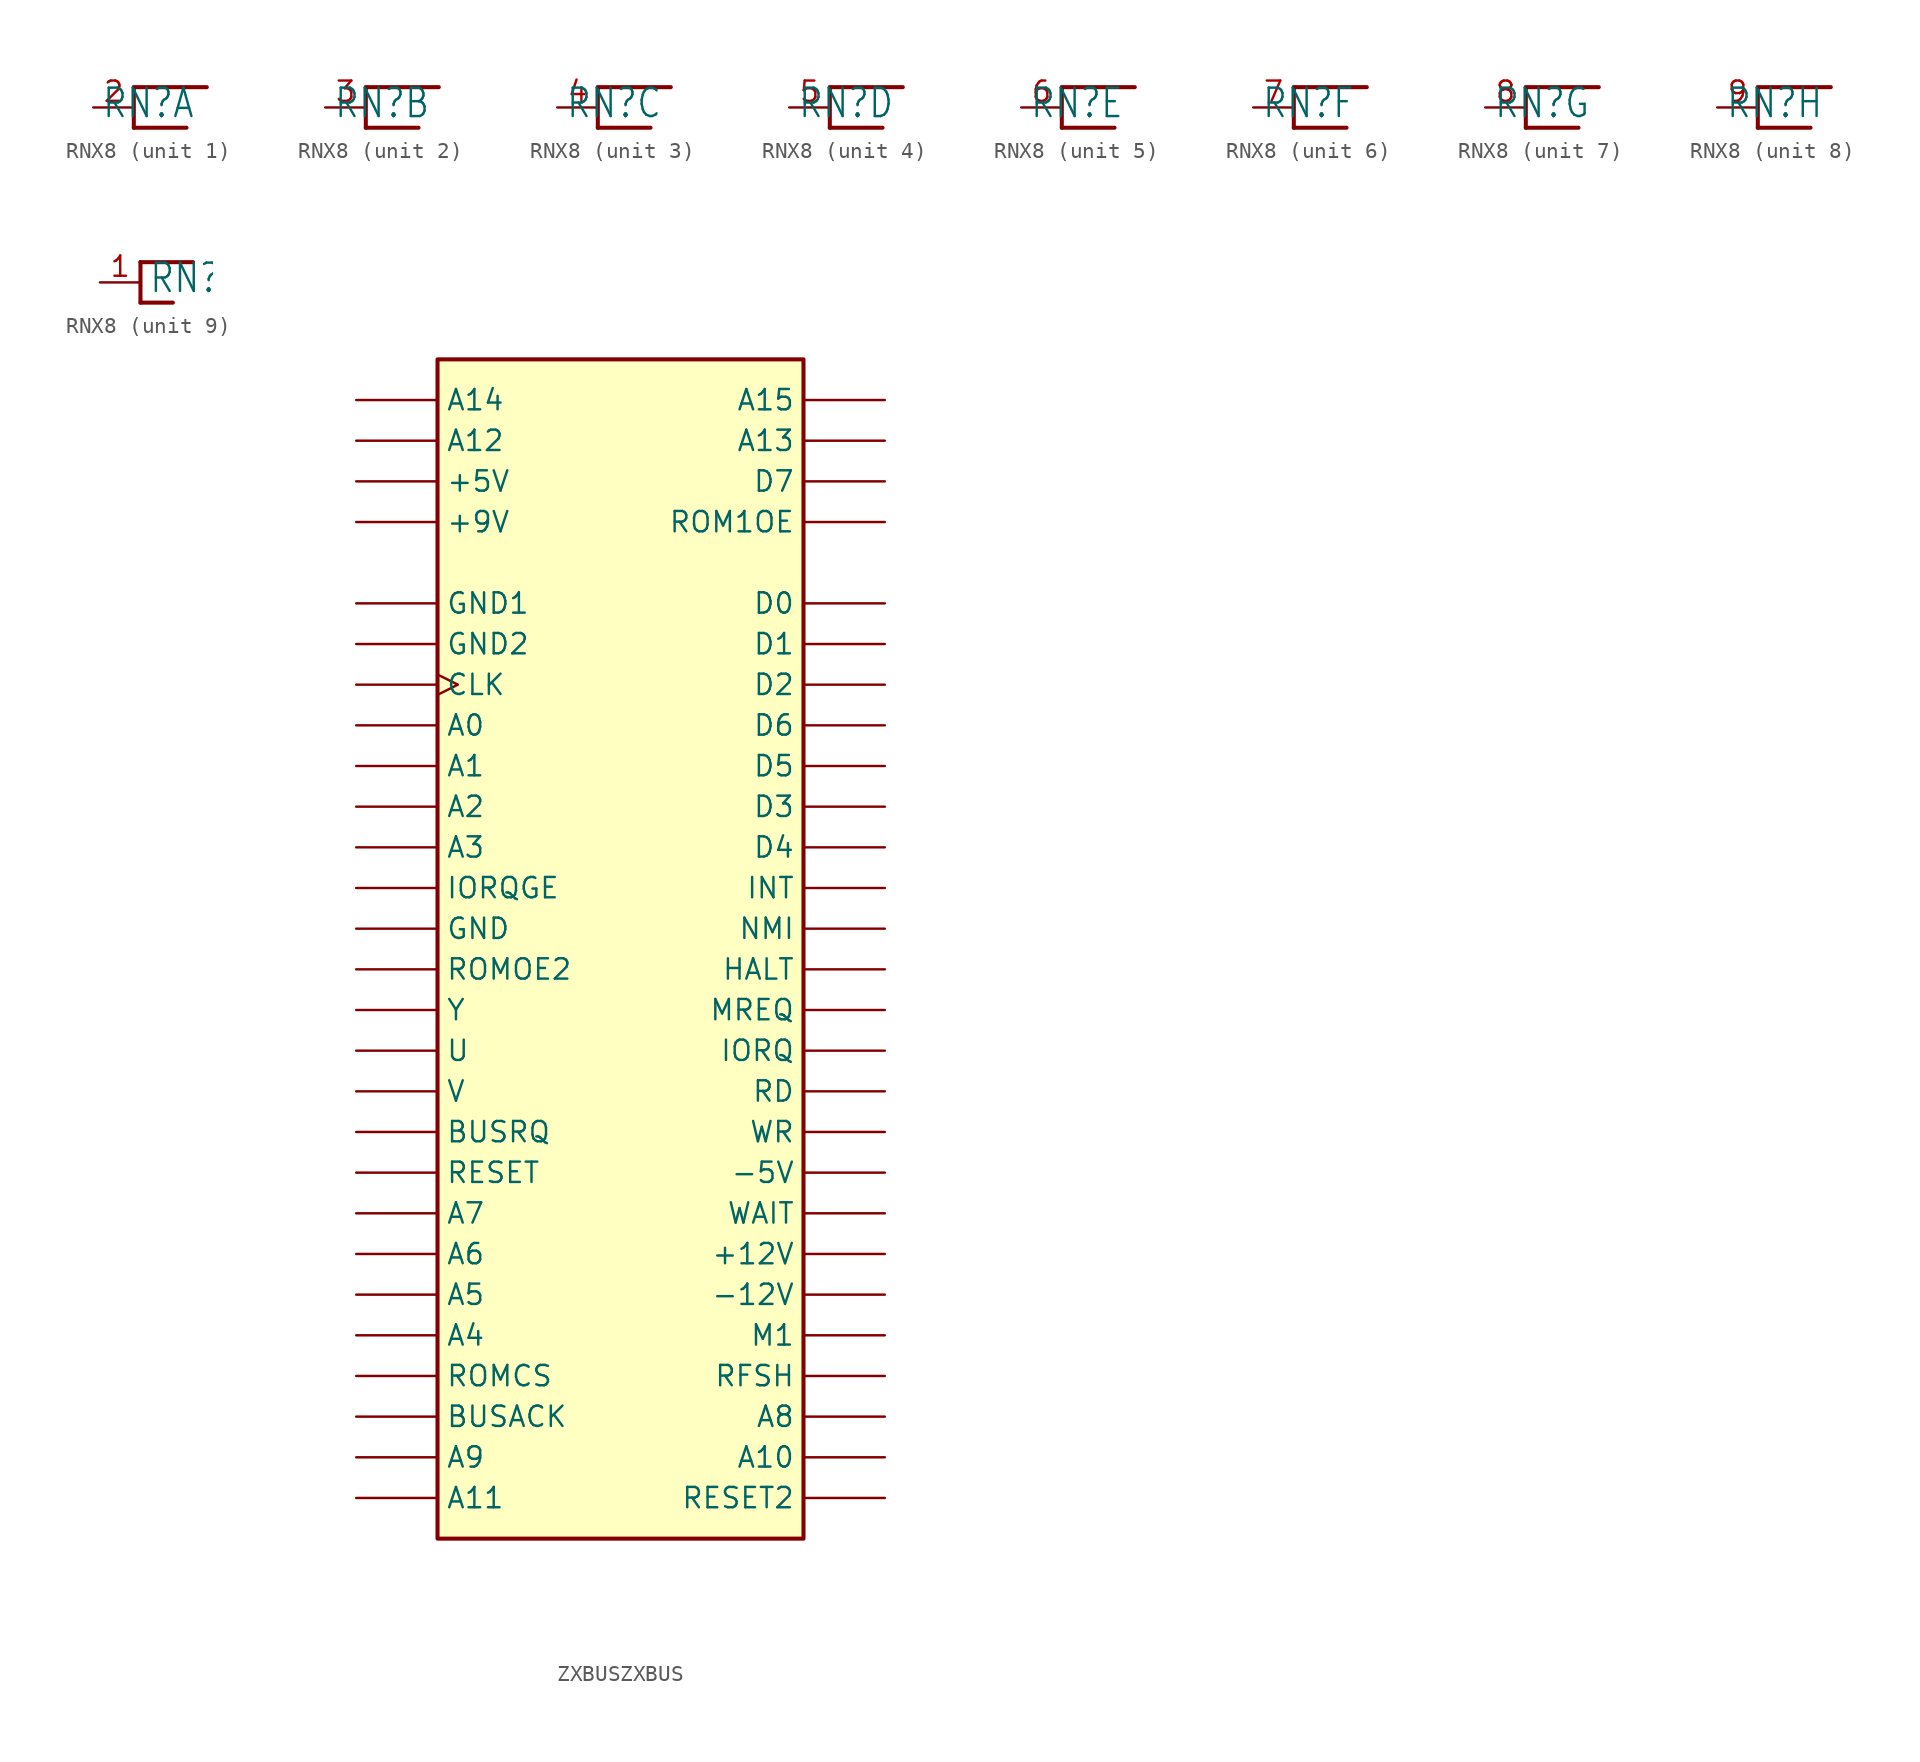
<source format=kicad_sym>
(kicad_symbol_lib
  (version 20220914)
  (generator kicad_symbol_editor)
  (symbol "RNX8"
    (property "Reference" "RN"
      (at -2.032 -0.762 0)
      (effects (font (size 1.778 1.511)) (justify left bottom)))
    (property "Value" ""
      (at -2.794 1.778 0)
      (effects (font (size 1.778 1.511)) (justify left bottom)))
    (property "ki_locked" ""
      (at 0 0 0)
      (effects (font (size 1.27 1.27))))
    (symbol "RNX8_1_0"
      (polyline (pts (xy 0 -1.27) (xy 3.302 -1.27)) (stroke (width 0.254) (type solid)) (fill (type none)))
      (polyline (pts (xy 0 1.27) (xy 0 -1.27)) (stroke (width 0.254) (type solid)) (fill (type none)))
      (polyline (pts (xy 4.572 1.27) (xy 0 1.27)) (stroke (width 0.254) (type solid)) (fill (type none)))
      (pin passive line (at -2.54 0 0) (length 2.54) (name "1" (effects (font (size 0 0)))) (number "2" (effects (font (size 1.27 1.27))))))
    (symbol "RNX8_2_0"
      (polyline (pts (xy 0 -1.27) (xy 3.302 -1.27)) (stroke (width 0.254) (type solid)) (fill (type none)))
      (polyline (pts (xy 0 1.27) (xy 0 -1.27)) (stroke (width 0.254) (type solid)) (fill (type none)))
      (polyline (pts (xy 4.572 1.27) (xy 0 1.27)) (stroke (width 0.254) (type solid)) (fill (type none)))
      (pin passive line (at -2.54 0 0) (length 2.54) (name "1" (effects (font (size 0 0)))) (number "3" (effects (font (size 1.27 1.27))))))
    (symbol "RNX8_3_0"
      (polyline (pts (xy 0 -1.27) (xy 3.302 -1.27)) (stroke (width 0.254) (type solid)) (fill (type none)))
      (polyline (pts (xy 0 1.27) (xy 0 -1.27)) (stroke (width 0.254) (type solid)) (fill (type none)))
      (polyline (pts (xy 4.572 1.27) (xy 0 1.27)) (stroke (width 0.254) (type solid)) (fill (type none)))
      (pin passive line (at -2.54 0 0) (length 2.54) (name "1" (effects (font (size 0 0)))) (number "4" (effects (font (size 1.27 1.27))))))
    (symbol "RNX8_4_0"
      (polyline (pts (xy 0 -1.27) (xy 3.302 -1.27)) (stroke (width 0.254) (type solid)) (fill (type none)))
      (polyline (pts (xy 0 1.27) (xy 0 -1.27)) (stroke (width 0.254) (type solid)) (fill (type none)))
      (polyline (pts (xy 4.572 1.27) (xy 0 1.27)) (stroke (width 0.254) (type solid)) (fill (type none)))
      (pin passive line (at -2.54 0 0) (length 2.54) (name "1" (effects (font (size 0 0)))) (number "5" (effects (font (size 1.27 1.27))))))
    (symbol "RNX8_5_0"
      (polyline (pts (xy 0 -1.27) (xy 3.302 -1.27)) (stroke (width 0.254) (type solid)) (fill (type none)))
      (polyline (pts (xy 0 1.27) (xy 0 -1.27)) (stroke (width 0.254) (type solid)) (fill (type none)))
      (polyline (pts (xy 4.572 1.27) (xy 0 1.27)) (stroke (width 0.254) (type solid)) (fill (type none)))
      (pin passive line (at -2.54 0 0) (length 2.54) (name "1" (effects (font (size 0 0)))) (number "6" (effects (font (size 1.27 1.27))))))
    (symbol "RNX8_6_0"
      (polyline (pts (xy 0 -1.27) (xy 3.302 -1.27)) (stroke (width 0.254) (type solid)) (fill (type none)))
      (polyline (pts (xy 0 1.27) (xy 0 -1.27)) (stroke (width 0.254) (type solid)) (fill (type none)))
      (polyline (pts (xy 4.572 1.27) (xy 0 1.27)) (stroke (width 0.254) (type solid)) (fill (type none)))
      (pin passive line (at -2.54 0 0) (length 2.54) (name "1" (effects (font (size 0 0)))) (number "7" (effects (font (size 1.27 1.27))))))
    (symbol "RNX8_7_0"
      (polyline (pts (xy 0 -1.27) (xy 3.302 -1.27)) (stroke (width 0.254) (type solid)) (fill (type none)))
      (polyline (pts (xy 0 1.27) (xy 0 -1.27)) (stroke (width 0.254) (type solid)) (fill (type none)))
      (polyline (pts (xy 4.572 1.27) (xy 0 1.27)) (stroke (width 0.254) (type solid)) (fill (type none)))
      (pin passive line (at -2.54 0 0) (length 2.54) (name "1" (effects (font (size 0 0)))) (number "8" (effects (font (size 1.27 1.27))))))
    (symbol "RNX8_8_0"
      (polyline (pts (xy 0 -1.27) (xy 3.302 -1.27)) (stroke (width 0.254) (type solid)) (fill (type none)))
      (polyline (pts (xy 0 1.27) (xy 0 -1.27)) (stroke (width 0.254) (type solid)) (fill (type none)))
      (polyline (pts (xy 4.572 1.27) (xy 0 1.27)) (stroke (width 0.254) (type solid)) (fill (type none)))
      (pin passive line (at -2.54 0 0) (length 2.54) (name "1" (effects (font (size 0 0)))) (number "9" (effects (font (size 1.27 1.27))))))
    (symbol "RNX8_9_0"
      (polyline (pts (xy -2.54 -1.27) (xy -0.508 -1.27)) (stroke (width 0.254) (type solid)) (fill (type none)))
      (polyline (pts (xy -2.54 1.27) (xy -2.54 -1.27)) (stroke (width 0.254) (type solid)) (fill (type none)))
      (polyline (pts (xy 0.762 1.27) (xy -2.54 1.27)) (stroke (width 0.254) (type solid)) (fill (type none)))
      (pin passive line (at -5.08 0 0) (length 2.54) (name "1" (effects (font (size 0 0)))) (number "1" (effects (font (size 1.27 1.27)))))))
  (symbol "ZXBUSZXBUS"
    (property "Reference" "BUS"
      (at 0 0 0)
      (effects (font (size 1.27 1.27)) hide))
    (property "ki_locked" ""
      (at 0 0 0)
      (effects (font (size 1.27 1.27))))
    (symbol "ZXBUSZXBUS_1_0"
      (pin power_in line (at 15.24 -20.32 180) (length 5.08) (name "+12V" (effects (font (size 1.27 1.27)))) (number "+12V" (effects (font (size 0 0)))))
      (pin power_in line (at -17.78 27.94 0) (length 5.08) (name "+5V" (effects (font (size 1.27 1.27)))) (number "+5V" (effects (font (size 0 0)))))
      (pin power_in line (at -17.78 25.4 0) (length 5.08) (name "+9V" (effects (font (size 1.27 1.27)))) (number "+9V" (effects (font (size 0 0)))))
      (pin power_in line (at 15.24 -22.86 180) (length 5.08) (name "-12V" (effects (font (size 1.27 1.27)))) (number "-12V" (effects (font (size 0 0)))))
      (pin power_in line (at 15.24 -15.24 180) (length 5.08) (name "-5V" (effects (font (size 1.27 1.27)))) (number "-5V" (effects (font (size 0 0)))))
      (pin input line (at -17.78 12.7 0) (length 5.08) (name "A0" (effects (font (size 1.27 1.27)))) (number "A0" (effects (font (size 0 0)))))
      (pin input line (at -17.78 10.16 0) (length 5.08) (name "A1" (effects (font (size 1.27 1.27)))) (number "A1" (effects (font (size 0 0)))))
      (pin input line (at 15.24 -33.02 180) (length 5.08) (name "A10" (effects (font (size 1.27 1.27)))) (number "A10" (effects (font (size 0 0)))))
      (pin input line (at -17.78 -35.56 0) (length 5.08) (name "A11" (effects (font (size 1.27 1.27)))) (number "A11" (effects (font (size 0 0)))))
      (pin input line (at -17.78 30.48 0) (length 5.08) (name "A12" (effects (font (size 1.27 1.27)))) (number "A12" (effects (font (size 0 0)))))
      (pin input line (at 15.24 30.48 180) (length 5.08) (name "A13" (effects (font (size 1.27 1.27)))) (number "A13" (effects (font (size 0 0)))))
      (pin input line (at -17.78 33.02 0) (length 5.08) (name "A14" (effects (font (size 1.27 1.27)))) (number "A14" (effects (font (size 0 0)))))
      (pin input line (at 15.24 33.02 180) (length 5.08) (name "A15" (effects (font (size 1.27 1.27)))) (number "A15" (effects (font (size 0 0)))))
      (pin input line (at -17.78 7.62 0) (length 5.08) (name "A2" (effects (font (size 1.27 1.27)))) (number "A2" (effects (font (size 0 0)))))
      (pin input line (at -17.78 5.08 0) (length 5.08) (name "A3" (effects (font (size 1.27 1.27)))) (number "A3" (effects (font (size 0 0)))))
      (pin input line (at -17.78 -25.4 0) (length 5.08) (name "A4" (effects (font (size 1.27 1.27)))) (number "A4" (effects (font (size 0 0)))))
      (pin input line (at -17.78 -22.86 0) (length 5.08) (name "A5" (effects (font (size 1.27 1.27)))) (number "A5" (effects (font (size 0 0)))))
      (pin input line (at -17.78 -20.32 0) (length 5.08) (name "A6" (effects (font (size 1.27 1.27)))) (number "A6" (effects (font (size 0 0)))))
      (pin input line (at -17.78 -17.78 0) (length 5.08) (name "A7" (effects (font (size 1.27 1.27)))) (number "A7" (effects (font (size 0 0)))))
      (pin input line (at 15.24 -30.48 180) (length 5.08) (name "A8" (effects (font (size 1.27 1.27)))) (number "A8" (effects (font (size 0 0)))))
      (pin input line (at -17.78 -33.02 0) (length 5.08) (name "A9" (effects (font (size 1.27 1.27)))) (number "A9" (effects (font (size 0 0)))))
      (pin bidirectional line (at -17.78 -30.48 0) (length 5.08) (name "BUSACK" (effects (font (size 1.27 1.27)))) (number "BUSACK" (effects (font (size 0 0)))))
      (pin bidirectional line (at -17.78 -12.7 0) (length 5.08) (name "BUSRQ" (effects (font (size 1.27 1.27)))) (number "BUSRQ" (effects (font (size 0 0)))))
      (pin input clock (at -17.78 15.24 0) (length 5.08) (name "CLK" (effects (font (size 1.27 1.27)))) (number "CLK" (effects (font (size 0 0)))))
      (pin bidirectional line (at 15.24 20.32 180) (length 5.08) (name "D0" (effects (font (size 1.27 1.27)))) (number "D0" (effects (font (size 0 0)))))
      (pin bidirectional line (at 15.24 17.78 180) (length 5.08) (name "D1" (effects (font (size 1.27 1.27)))) (number "D1" (effects (font (size 0 0)))))
      (pin bidirectional line (at 15.24 15.24 180) (length 5.08) (name "D2" (effects (font (size 1.27 1.27)))) (number "D2" (effects (font (size 0 0)))))
      (pin bidirectional line (at 15.24 7.62 180) (length 5.08) (name "D3" (effects (font (size 1.27 1.27)))) (number "D3" (effects (font (size 0 0)))))
      (pin bidirectional line (at 15.24 5.08 180) (length 5.08) (name "D4" (effects (font (size 1.27 1.27)))) (number "D4" (effects (font (size 0 0)))))
      (pin bidirectional line (at 15.24 10.16 180) (length 5.08) (name "D5" (effects (font (size 1.27 1.27)))) (number "D5" (effects (font (size 0 0)))))
      (pin bidirectional line (at 15.24 12.7 180) (length 5.08) (name "D6" (effects (font (size 1.27 1.27)))) (number "D6" (effects (font (size 0 0)))))
      (pin bidirectional line (at 15.24 27.94 180) (length 5.08) (name "D7" (effects (font (size 1.27 1.27)))) (number "D7" (effects (font (size 0 0)))))
      (pin power_in line (at -17.78 0 0) (length 5.08) (name "GND" (effects (font (size 1.27 1.27)))) (number "GND" (effects (font (size 0 0)))))
      (pin power_in line (at -17.78 20.32 0) (length 5.08) (name "GND1" (effects (font (size 1.27 1.27)))) (number "GND1" (effects (font (size 0 0)))))
      (pin power_in line (at -17.78 17.78 0) (length 5.08) (name "GND2" (effects (font (size 1.27 1.27)))) (number "GND2" (effects (font (size 0 0)))))
      (pin bidirectional line (at 15.24 -2.54 180) (length 5.08) (name "HALT" (effects (font (size 1.27 1.27)))) (number "HALT" (effects (font (size 0 0)))))
      (pin bidirectional line (at 15.24 2.54 180) (length 5.08) (name "INT" (effects (font (size 1.27 1.27)))) (number "INT" (effects (font (size 0 0)))))
      (pin bidirectional line (at 15.24 -7.62 180) (length 5.08) (name "IORQ" (effects (font (size 1.27 1.27)))) (number "IORQ" (effects (font (size 0 0)))))
      (pin input line (at -17.78 2.54 0) (length 5.08) (name "IORQGE" (effects (font (size 1.27 1.27)))) (number "IORQGE" (effects (font (size 0 0)))))
      (pin bidirectional line (at 15.24 -25.4 180) (length 5.08) (name "M1" (effects (font (size 1.27 1.27)))) (number "M1" (effects (font (size 0 0)))))
      (pin bidirectional line (at 15.24 -5.08 180) (length 5.08) (name "MREQ" (effects (font (size 1.27 1.27)))) (number "MREQ" (effects (font (size 0 0)))))
      (pin bidirectional line (at 15.24 0 180) (length 5.08) (name "NMI" (effects (font (size 1.27 1.27)))) (number "NMI" (effects (font (size 0 0)))))
      (pin bidirectional line (at 15.24 -10.16 180) (length 5.08) (name "RD" (effects (font (size 1.27 1.27)))) (number "RD" (effects (font (size 0 0)))))
      (pin bidirectional line (at -17.78 -15.24 0) (length 5.08) (name "RESET" (effects (font (size 1.27 1.27)))) (number "RESET" (effects (font (size 0 0)))))
      (pin bidirectional line (at 15.24 -35.56 180) (length 5.08) (name "RESET2" (effects (font (size 1.27 1.27)))) (number "RESET2" (effects (font (size 0 0)))))
      (pin bidirectional line (at 15.24 -27.94 180) (length 5.08) (name "RFSH" (effects (font (size 1.27 1.27)))) (number "RFSH" (effects (font (size 0 0)))))
      (pin bidirectional line (at 15.24 25.4 180) (length 5.08) (name "ROM1OE" (effects (font (size 1.27 1.27)))) (number "ROM1OE" (effects (font (size 0 0)))))
      (pin bidirectional line (at -17.78 -27.94 0) (length 5.08) (name "ROMCS" (effects (font (size 1.27 1.27)))) (number "ROMCS" (effects (font (size 0 0)))))
      (pin input line (at -17.78 -2.54 0) (length 5.08) (name "ROMOE2" (effects (font (size 1.27 1.27)))) (number "ROMOE2" (effects (font (size 0 0)))))
      (pin bidirectional line (at -17.78 -7.62 0) (length 5.08) (name "U" (effects (font (size 1.27 1.27)))) (number "U" (effects (font (size 0 0)))))
      (pin bidirectional line (at -17.78 -10.16 0) (length 5.08) (name "V" (effects (font (size 1.27 1.27)))) (number "V" (effects (font (size 0 0)))))
      (pin bidirectional line (at 15.24 -17.78 180) (length 5.08) (name "WAIT" (effects (font (size 1.27 1.27)))) (number "WAIT" (effects (font (size 0 0)))))
      (pin bidirectional line (at 15.24 -12.7 180) (length 5.08) (name "WR" (effects (font (size 1.27 1.27)))) (number "WR" (effects (font (size 0 0)))))
      (pin bidirectional line (at -17.78 -5.08 0) (length 5.08) (name "Y" (effects (font (size 1.27 1.27)))) (number "Y" (effects (font (size 0 0))))))
    (symbol "ZXBUSZXBUS_1_1"
      (rectangle (start -12.7 35.56) (end 10.16 -38.1) (stroke (width 0.254) (type default)) (fill (type background))))))
</source>
